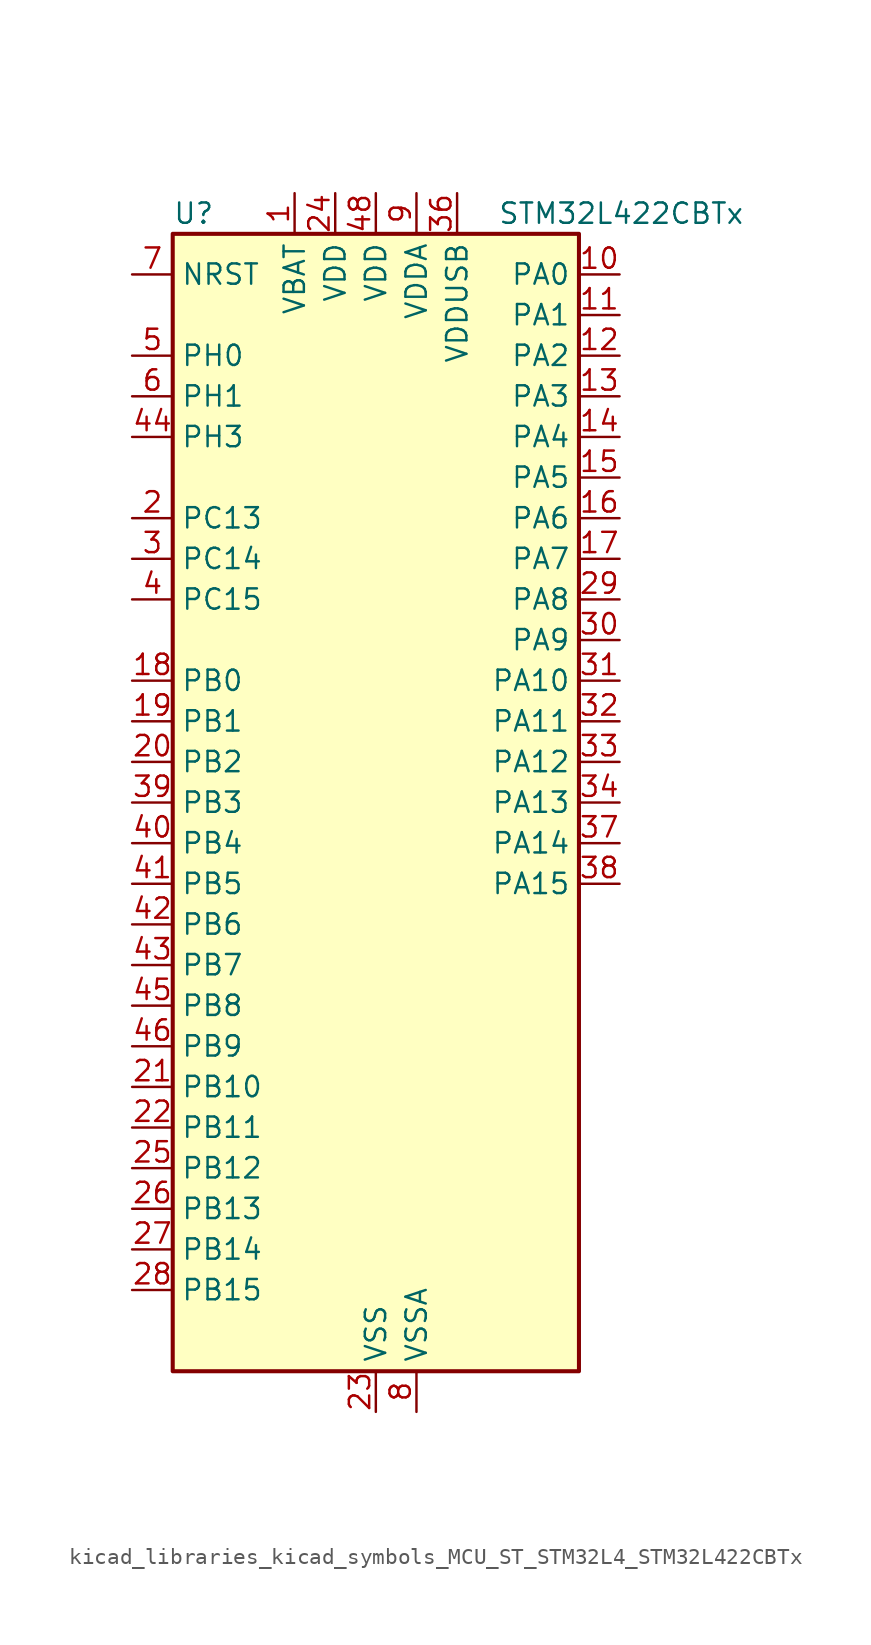
<source format=kicad_sym>
(kicad_symbol_lib
  (version 20220914)
  (generator kicad_symbol_editor)
  (symbol "kicad_libraries_kicad_symbols_MCU_ST_STM32L4_STM32L422CBTx"
    (property "Reference" "U"
      (at -12.7 36.83 0)
      (effects (font (size 1.27 1.27)) (justify left)))
    (property "Value" "STM32L422CBTx"
      (at 7.62 36.83 0)
      (effects (font (size 1.27 1.27)) (justify left)))
    (property "ki_locked" ""
      (at 0 0 0)
      (effects (font (size 1.27 1.27))))
    (symbol "kicad_libraries_kicad_symbols_MCU_ST_STM32L4_STM32L422CBTx_0_1"
      (rectangle (start -12.7 -35.56) (end 12.7 35.56) (stroke (width 0.254) (type default)) (fill (type background))))
    (symbol "kicad_libraries_kicad_symbols_MCU_ST_STM32L4_STM32L422CBTx_1_1"
      (pin power_in line (at -5.08 38.1 270) (length 2.54) (name "VBAT" (effects (font (size 1.27 1.27)))) (number "1" (effects (font (size 1.27 1.27)))))
      (pin bidirectional line (at 15.24 33.02 180) (length 2.54) (name "PA0" (effects (font (size 1.27 1.27)))) (number "10" (effects (font (size 1.27 1.27)))) (alternate "ADC1_IN5" bidirectional line) (alternate "COMP1_INM" bidirectional line) (alternate "COMP1_OUT" bidirectional line) (alternate "OPAMP1_VINP" bidirectional line) (alternate "RTC_TAMP2" bidirectional line) (alternate "SYS_WKUP1" bidirectional line) (alternate "TIM2_CH1" bidirectional line) (alternate "TIM2_ETR" bidirectional line) (alternate "USART2_CTS" bidirectional line))
      (pin bidirectional line (at 15.24 30.48 180) (length 2.54) (name "PA1" (effects (font (size 1.27 1.27)))) (number "11" (effects (font (size 1.27 1.27)))) (alternate "ADC1_IN6" bidirectional line) (alternate "COMP1_INP" bidirectional line) (alternate "I2C1_SMBA" bidirectional line) (alternate "OPAMP1_VINM" bidirectional line) (alternate "SPI1_SCK" bidirectional line) (alternate "TIM15_CH1N" bidirectional line) (alternate "TIM2_CH2" bidirectional line) (alternate "USART2_DE" bidirectional line) (alternate "USART2_RTS" bidirectional line))
      (pin bidirectional line (at 15.24 27.94 180) (length 2.54) (name "PA2" (effects (font (size 1.27 1.27)))) (number "12" (effects (font (size 1.27 1.27)))) (alternate "ADC1_IN7" bidirectional line) (alternate "ADC2_IN7" bidirectional line) (alternate "LPUART1_TX" bidirectional line) (alternate "QUADSPI_BK1_NCS" bidirectional line) (alternate "RCC_LSCO" bidirectional line) (alternate "SYS_WKUP4" bidirectional line) (alternate "TIM15_CH1" bidirectional line) (alternate "TIM2_CH3" bidirectional line) (alternate "USART2_TX" bidirectional line))
      (pin bidirectional line (at 15.24 25.4 180) (length 2.54) (name "PA3" (effects (font (size 1.27 1.27)))) (number "13" (effects (font (size 1.27 1.27)))) (alternate "ADC1_IN8" bidirectional line) (alternate "ADC2_IN8" bidirectional line) (alternate "LPUART1_RX" bidirectional line) (alternate "OPAMP1_VOUT" bidirectional line) (alternate "QUADSPI_CLK" bidirectional line) (alternate "TIM15_CH2" bidirectional line) (alternate "TIM2_CH4" bidirectional line) (alternate "USART2_RX" bidirectional line))
      (pin bidirectional line (at 15.24 22.86 180) (length 2.54) (name "PA4" (effects (font (size 1.27 1.27)))) (number "14" (effects (font (size 1.27 1.27)))) (alternate "ADC1_IN9" bidirectional line) (alternate "ADC2_IN9" bidirectional line) (alternate "COMP1_INM" bidirectional line) (alternate "LPTIM2_OUT" bidirectional line) (alternate "SPI1_NSS" bidirectional line) (alternate "USART2_CK" bidirectional line))
      (pin bidirectional line (at 15.24 20.32 180) (length 2.54) (name "PA5" (effects (font (size 1.27 1.27)))) (number "15" (effects (font (size 1.27 1.27)))) (alternate "ADC1_IN10" bidirectional line) (alternate "ADC2_IN10" bidirectional line) (alternate "COMP1_INM" bidirectional line) (alternate "LPTIM2_ETR" bidirectional line) (alternate "SPI1_SCK" bidirectional line) (alternate "TIM2_CH1" bidirectional line) (alternate "TIM2_ETR" bidirectional line))
      (pin bidirectional line (at 15.24 17.78 180) (length 2.54) (name "PA6" (effects (font (size 1.27 1.27)))) (number "16" (effects (font (size 1.27 1.27)))) (alternate "ADC1_IN11" bidirectional line) (alternate "ADC2_IN11" bidirectional line) (alternate "COMP1_OUT" bidirectional line) (alternate "LPUART1_CTS" bidirectional line) (alternate "QUADSPI_BK1_IO3" bidirectional line) (alternate "SPI1_MISO" bidirectional line) (alternate "TIM16_CH1" bidirectional line) (alternate "TIM1_BKIN" bidirectional line) (alternate "USART3_CTS" bidirectional line))
      (pin bidirectional line (at 15.24 15.24 180) (length 2.54) (name "PA7" (effects (font (size 1.27 1.27)))) (number "17" (effects (font (size 1.27 1.27)))) (alternate "ADC1_IN12" bidirectional line) (alternate "ADC2_IN12" bidirectional line) (alternate "I2C3_SCL" bidirectional line) (alternate "QUADSPI_BK1_IO2" bidirectional line) (alternate "SPI1_MOSI" bidirectional line) (alternate "TIM1_CH1N" bidirectional line))
      (pin bidirectional line (at -15.24 7.62 0) (length 2.54) (name "PB0" (effects (font (size 1.27 1.27)))) (number "18" (effects (font (size 1.27 1.27)))) (alternate "ADC1_IN15" bidirectional line) (alternate "ADC2_IN15" bidirectional line) (alternate "COMP1_OUT" bidirectional line) (alternate "QUADSPI_BK1_IO1" bidirectional line) (alternate "SPI1_NSS" bidirectional line) (alternate "SYS_TRACED0" bidirectional line) (alternate "TIM1_CH2N" bidirectional line) (alternate "USART3_CK" bidirectional line))
      (pin bidirectional line (at -15.24 5.08 0) (length 2.54) (name "PB1" (effects (font (size 1.27 1.27)))) (number "19" (effects (font (size 1.27 1.27)))) (alternate "ADC1_IN16" bidirectional line) (alternate "ADC2_IN16" bidirectional line) (alternate "COMP1_INM" bidirectional line) (alternate "LPTIM2_IN1" bidirectional line) (alternate "LPUART1_DE" bidirectional line) (alternate "LPUART1_RTS" bidirectional line) (alternate "QUADSPI_BK1_IO0" bidirectional line) (alternate "SYS_TRACED1" bidirectional line) (alternate "TIM1_CH3N" bidirectional line) (alternate "USART3_DE" bidirectional line) (alternate "USART3_RTS" bidirectional line))
      (pin bidirectional line (at -15.24 17.78 0) (length 2.54) (name "PC13" (effects (font (size 1.27 1.27)))) (number "2" (effects (font (size 1.27 1.27)))) (alternate "RTC_OUT_ALARM" bidirectional line) (alternate "RTC_OUT_CALIB" bidirectional line) (alternate "RTC_TAMP1" bidirectional line) (alternate "RTC_TS" bidirectional line) (alternate "SYS_WKUP2" bidirectional line))
      (pin bidirectional line (at -15.24 2.54 0) (length 2.54) (name "PB2" (effects (font (size 1.27 1.27)))) (number "20" (effects (font (size 1.27 1.27)))) (alternate "COMP1_INP" bidirectional line) (alternate "I2C3_SMBA" bidirectional line) (alternate "LPTIM1_OUT" bidirectional line) (alternate "RTC_OUT_ALARM" bidirectional line) (alternate "RTC_OUT_CALIB" bidirectional line))
      (pin bidirectional line (at -15.24 -17.78 0) (length 2.54) (name "PB10" (effects (font (size 1.27 1.27)))) (number "21" (effects (font (size 1.27 1.27)))) (alternate "COMP1_OUT" bidirectional line) (alternate "I2C2_SCL" bidirectional line) (alternate "LPUART1_RX" bidirectional line) (alternate "QUADSPI_CLK" bidirectional line) (alternate "SPI2_SCK" bidirectional line) (alternate "TIM2_CH3" bidirectional line) (alternate "TSC_SYNC" bidirectional line) (alternate "USART3_TX" bidirectional line))
      (pin bidirectional line (at -15.24 -20.32 0) (length 2.54) (name "PB11" (effects (font (size 1.27 1.27)))) (number "22" (effects (font (size 1.27 1.27)))) (alternate "ADC1_EXTI11" bidirectional line) (alternate "ADC2_EXTI11" bidirectional line) (alternate "I2C2_SDA" bidirectional line) (alternate "LPUART1_TX" bidirectional line) (alternate "QUADSPI_BK1_NCS" bidirectional line) (alternate "TIM2_CH4" bidirectional line) (alternate "USART3_RX" bidirectional line))
      (pin power_in line (at 0 -38.1 90) (length 2.54) (name "VSS" (effects (font (size 1.27 1.27)))) (number "23" (effects (font (size 1.27 1.27)))))
      (pin power_in line (at -2.54 38.1 270) (length 2.54) (name "VDD" (effects (font (size 1.27 1.27)))) (number "24" (effects (font (size 1.27 1.27)))))
      (pin bidirectional line (at -15.24 -22.86 0) (length 2.54) (name "PB12" (effects (font (size 1.27 1.27)))) (number "25" (effects (font (size 1.27 1.27)))) (alternate "I2C2_SMBA" bidirectional line) (alternate "LPUART1_DE" bidirectional line) (alternate "LPUART1_RTS" bidirectional line) (alternate "SPI2_NSS" bidirectional line) (alternate "TIM15_BKIN" bidirectional line) (alternate "TIM1_BKIN" bidirectional line) (alternate "TSC_G1_IO1" bidirectional line) (alternate "USART3_CK" bidirectional line))
      (pin bidirectional line (at -15.24 -25.4 0) (length 2.54) (name "PB13" (effects (font (size 1.27 1.27)))) (number "26" (effects (font (size 1.27 1.27)))) (alternate "I2C2_SCL" bidirectional line) (alternate "LPUART1_CTS" bidirectional line) (alternate "SPI2_SCK" bidirectional line) (alternate "TIM15_CH1N" bidirectional line) (alternate "TIM1_CH1N" bidirectional line) (alternate "TSC_G1_IO2" bidirectional line) (alternate "USART3_CTS" bidirectional line))
      (pin bidirectional line (at -15.24 -27.94 0) (length 2.54) (name "PB14" (effects (font (size 1.27 1.27)))) (number "27" (effects (font (size 1.27 1.27)))) (alternate "I2C2_SDA" bidirectional line) (alternate "SPI2_MISO" bidirectional line) (alternate "TIM15_CH1" bidirectional line) (alternate "TIM1_CH2N" bidirectional line) (alternate "TSC_G1_IO3" bidirectional line) (alternate "USART3_DE" bidirectional line) (alternate "USART3_RTS" bidirectional line))
      (pin bidirectional line (at -15.24 -30.48 0) (length 2.54) (name "PB15" (effects (font (size 1.27 1.27)))) (number "28" (effects (font (size 1.27 1.27)))) (alternate "ADC1_EXTI15" bidirectional line) (alternate "ADC2_EXTI15" bidirectional line) (alternate "RTC_REFIN" bidirectional line) (alternate "SPI2_MOSI" bidirectional line) (alternate "TIM15_CH2" bidirectional line) (alternate "TIM1_CH3N" bidirectional line) (alternate "TSC_G1_IO4" bidirectional line))
      (pin bidirectional line (at 15.24 12.7 180) (length 2.54) (name "PA8" (effects (font (size 1.27 1.27)))) (number "29" (effects (font (size 1.27 1.27)))) (alternate "LPTIM2_OUT" bidirectional line) (alternate "RCC_MCO" bidirectional line) (alternate "TIM1_CH1" bidirectional line) (alternate "USART1_CK" bidirectional line))
      (pin bidirectional line (at -15.24 15.24 0) (length 2.54) (name "PC14" (effects (font (size 1.27 1.27)))) (number "3" (effects (font (size 1.27 1.27)))) (alternate "RCC_OSC32_IN" bidirectional line))
      (pin bidirectional line (at 15.24 10.16 180) (length 2.54) (name "PA9" (effects (font (size 1.27 1.27)))) (number "30" (effects (font (size 1.27 1.27)))) (alternate "I2C1_SCL" bidirectional line) (alternate "TIM15_BKIN" bidirectional line) (alternate "TIM1_CH2" bidirectional line) (alternate "USART1_TX" bidirectional line))
      (pin bidirectional line (at 15.24 7.62 180) (length 2.54) (name "PA10" (effects (font (size 1.27 1.27)))) (number "31" (effects (font (size 1.27 1.27)))) (alternate "CRS_SYNC" bidirectional line) (alternate "I2C1_SDA" bidirectional line) (alternate "TIM1_CH3" bidirectional line) (alternate "USART1_RX" bidirectional line))
      (pin bidirectional line (at 15.24 5.08 180) (length 2.54) (name "PA11" (effects (font (size 1.27 1.27)))) (number "32" (effects (font (size 1.27 1.27)))) (alternate "ADC1_EXTI11" bidirectional line) (alternate "ADC2_EXTI11" bidirectional line) (alternate "COMP1_OUT" bidirectional line) (alternate "SPI1_MISO" bidirectional line) (alternate "TIM1_BKIN2" bidirectional line) (alternate "TIM1_BKIN2_COMP1" bidirectional line) (alternate "TIM1_CH4" bidirectional line) (alternate "USART1_CTS" bidirectional line) (alternate "USB_DM" bidirectional line))
      (pin bidirectional line (at 15.24 2.54 180) (length 2.54) (name "PA12" (effects (font (size 1.27 1.27)))) (number "33" (effects (font (size 1.27 1.27)))) (alternate "SPI1_MOSI" bidirectional line) (alternate "TIM1_ETR" bidirectional line) (alternate "USART1_DE" bidirectional line) (alternate "USART1_RTS" bidirectional line) (alternate "USB_DP" bidirectional line))
      (pin bidirectional line (at 15.24 0 180) (length 2.54) (name "PA13" (effects (font (size 1.27 1.27)))) (number "34" (effects (font (size 1.27 1.27)))) (alternate "IR_OUT" bidirectional line) (alternate "SYS_JTMS-SWDIO" bidirectional line) (alternate "USB_NOE" bidirectional line))
      (pin passive line (at 0 -38.1 90) (length 2.54) hide (name "VSS" (effects (font (size 1.27 1.27)))) (number "35" (effects (font (size 1.27 1.27)))))
      (pin power_in line (at 5.08 38.1 270) (length 2.54) (name "VDDUSB" (effects (font (size 1.27 1.27)))) (number "36" (effects (font (size 1.27 1.27)))))
      (pin bidirectional line (at 15.24 -2.54 180) (length 2.54) (name "PA14" (effects (font (size 1.27 1.27)))) (number "37" (effects (font (size 1.27 1.27)))) (alternate "I2C1_SMBA" bidirectional line) (alternate "LPTIM1_OUT" bidirectional line) (alternate "SYS_JTCK-SWCLK" bidirectional line))
      (pin bidirectional line (at 15.24 -5.08 180) (length 2.54) (name "PA15" (effects (font (size 1.27 1.27)))) (number "38" (effects (font (size 1.27 1.27)))) (alternate "ADC1_EXTI15" bidirectional line) (alternate "ADC2_EXTI15" bidirectional line) (alternate "SPI1_NSS" bidirectional line) (alternate "SYS_JTDI" bidirectional line) (alternate "TIM2_CH1" bidirectional line) (alternate "TIM2_ETR" bidirectional line) (alternate "USART2_RX" bidirectional line) (alternate "USART3_DE" bidirectional line) (alternate "USART3_RTS" bidirectional line))
      (pin bidirectional line (at -15.24 0 0) (length 2.54) (name "PB3" (effects (font (size 1.27 1.27)))) (number "39" (effects (font (size 1.27 1.27)))) (alternate "SPI1_SCK" bidirectional line) (alternate "SYS_JTDO-SWO" bidirectional line) (alternate "TIM2_CH2" bidirectional line) (alternate "USART1_DE" bidirectional line) (alternate "USART1_RTS" bidirectional line))
      (pin bidirectional line (at -15.24 12.7 0) (length 2.54) (name "PC15" (effects (font (size 1.27 1.27)))) (number "4" (effects (font (size 1.27 1.27)))) (alternate "ADC1_EXTI15" bidirectional line) (alternate "ADC2_EXTI15" bidirectional line) (alternate "RCC_OSC32_OUT" bidirectional line))
      (pin bidirectional line (at -15.24 -2.54 0) (length 2.54) (name "PB4" (effects (font (size 1.27 1.27)))) (number "40" (effects (font (size 1.27 1.27)))) (alternate "I2C3_SDA" bidirectional line) (alternate "SPI1_MISO" bidirectional line) (alternate "SYS_JTRST" bidirectional line) (alternate "TSC_G2_IO1" bidirectional line) (alternate "USART1_CTS" bidirectional line))
      (pin bidirectional line (at -15.24 -5.08 0) (length 2.54) (name "PB5" (effects (font (size 1.27 1.27)))) (number "41" (effects (font (size 1.27 1.27)))) (alternate "I2C1_SMBA" bidirectional line) (alternate "LPTIM1_IN1" bidirectional line) (alternate "SPI1_MOSI" bidirectional line) (alternate "SYS_TRACED2" bidirectional line) (alternate "TIM16_BKIN" bidirectional line) (alternate "TSC_G2_IO2" bidirectional line) (alternate "USART1_CK" bidirectional line))
      (pin bidirectional line (at -15.24 -7.62 0) (length 2.54) (name "PB6" (effects (font (size 1.27 1.27)))) (number "42" (effects (font (size 1.27 1.27)))) (alternate "I2C1_SCL" bidirectional line) (alternate "LPTIM1_ETR" bidirectional line) (alternate "SYS_TRACED3" bidirectional line) (alternate "TIM16_CH1N" bidirectional line) (alternate "TSC_G2_IO3" bidirectional line) (alternate "USART1_TX" bidirectional line))
      (pin bidirectional line (at -15.24 -10.16 0) (length 2.54) (name "PB7" (effects (font (size 1.27 1.27)))) (number "43" (effects (font (size 1.27 1.27)))) (alternate "I2C1_SDA" bidirectional line) (alternate "LPTIM1_IN2" bidirectional line) (alternate "SYS_PVD_IN" bidirectional line) (alternate "SYS_TRACECLK" bidirectional line) (alternate "TSC_G2_IO4" bidirectional line) (alternate "USART1_RX" bidirectional line))
      (pin bidirectional line (at -15.24 22.86 0) (length 2.54) (name "PH3" (effects (font (size 1.27 1.27)))) (number "44" (effects (font (size 1.27 1.27)))))
      (pin bidirectional line (at -15.24 -12.7 0) (length 2.54) (name "PB8" (effects (font (size 1.27 1.27)))) (number "45" (effects (font (size 1.27 1.27)))) (alternate "I2C1_SCL" bidirectional line) (alternate "TIM16_CH1" bidirectional line))
      (pin bidirectional line (at -15.24 -15.24 0) (length 2.54) (name "PB9" (effects (font (size 1.27 1.27)))) (number "46" (effects (font (size 1.27 1.27)))) (alternate "I2C1_SDA" bidirectional line) (alternate "IR_OUT" bidirectional line) (alternate "SPI2_NSS" bidirectional line))
      (pin passive line (at 0 -38.1 90) (length 2.54) hide (name "VSS" (effects (font (size 1.27 1.27)))) (number "47" (effects (font (size 1.27 1.27)))))
      (pin power_in line (at 0 38.1 270) (length 2.54) (name "VDD" (effects (font (size 1.27 1.27)))) (number "48" (effects (font (size 1.27 1.27)))))
      (pin bidirectional line (at -15.24 27.94 0) (length 2.54) (name "PH0" (effects (font (size 1.27 1.27)))) (number "5" (effects (font (size 1.27 1.27)))) (alternate "RCC_OSC_IN" bidirectional line))
      (pin bidirectional line (at -15.24 25.4 0) (length 2.54) (name "PH1" (effects (font (size 1.27 1.27)))) (number "6" (effects (font (size 1.27 1.27)))) (alternate "RCC_OSC_OUT" bidirectional line))
      (pin input line (at -15.24 33.02 0) (length 2.54) (name "NRST" (effects (font (size 1.27 1.27)))) (number "7" (effects (font (size 1.27 1.27)))))
      (pin power_in line (at 2.54 -38.1 90) (length 2.54) (name "VSSA" (effects (font (size 1.27 1.27)))) (number "8" (effects (font (size 1.27 1.27)))))
      (pin power_in line (at 2.54 38.1 270) (length 2.54) (name "VDDA" (effects (font (size 1.27 1.27)))) (number "9" (effects (font (size 1.27 1.27))))))))
</source>
